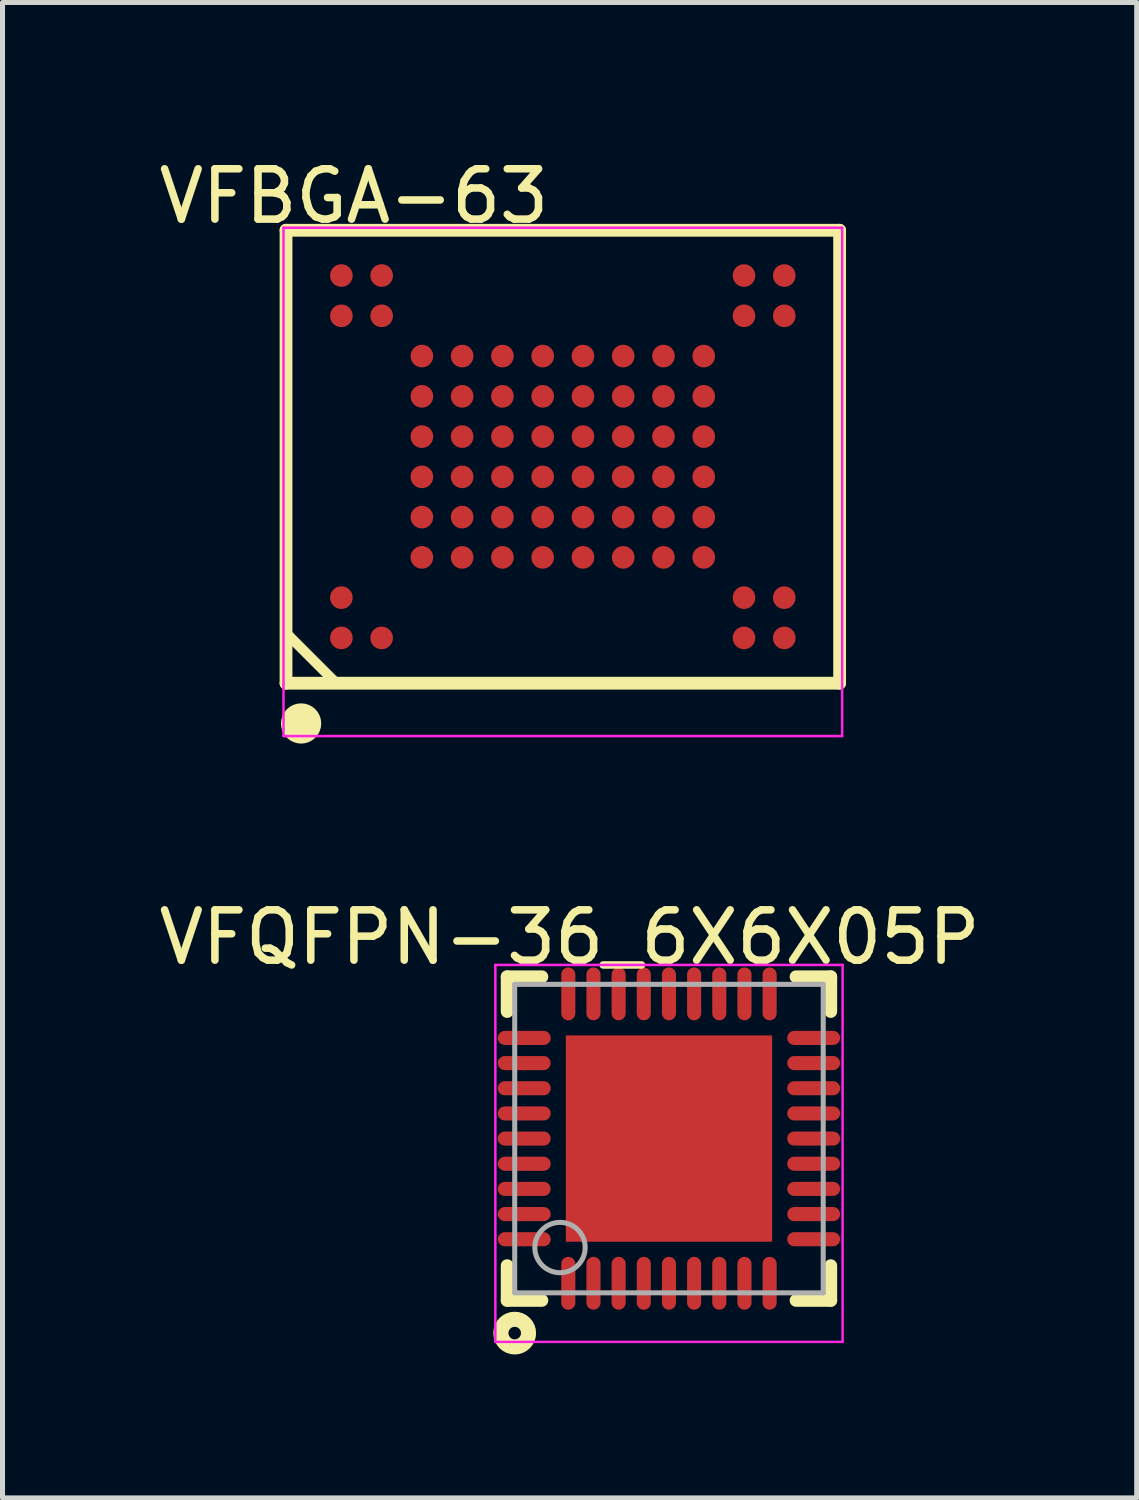
<source format=kicad_pcb>
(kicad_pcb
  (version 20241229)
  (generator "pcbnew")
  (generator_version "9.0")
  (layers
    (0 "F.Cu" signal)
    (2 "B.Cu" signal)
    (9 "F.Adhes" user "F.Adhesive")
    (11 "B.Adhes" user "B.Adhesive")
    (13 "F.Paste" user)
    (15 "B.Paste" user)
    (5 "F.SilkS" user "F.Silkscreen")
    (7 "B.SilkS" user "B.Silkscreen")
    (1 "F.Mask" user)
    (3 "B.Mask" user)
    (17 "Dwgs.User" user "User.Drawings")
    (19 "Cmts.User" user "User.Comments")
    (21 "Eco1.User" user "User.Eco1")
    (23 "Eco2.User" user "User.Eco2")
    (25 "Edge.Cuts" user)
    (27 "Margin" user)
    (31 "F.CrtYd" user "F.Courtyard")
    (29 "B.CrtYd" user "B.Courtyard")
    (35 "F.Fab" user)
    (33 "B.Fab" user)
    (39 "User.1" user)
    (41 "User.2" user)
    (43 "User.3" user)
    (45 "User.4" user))
  (footprint "VFQFPN-36_6X6X05P"
    (layer "F.Cu")
    (at 10.242 19.573)
    (property "Reference" "VFQFPN-36_6X6X05P" (at -1.974 -4 0) (layer "F.SilkS") (effects (font (size 1 1) (thickness 0.15))))
    (attr through_hole)
    (fp_line (start -3.215 -3.215) (end -2.525 -3.215) (stroke (width 0.254) (type solid)) (layer "F.SilkS"))
    (fp_line (start -3.215 -2.525) (end -3.215 -3.215) (stroke (width 0.254) (type solid)) (layer "F.SilkS"))
    (fp_line (start -3.215 3.215) (end -3.215 2.525) (stroke (width 0.254) (type solid)) (layer "F.SilkS"))
    (fp_line (start -3.215 3.215) (end -2.525 3.215) (stroke (width 0.254) (type solid)) (layer "F.SilkS"))
    (fp_line (start 2.525 -3.215) (end 3.215 -3.215) (stroke (width 0.254) (type solid)) (layer "F.SilkS"))
    (fp_line (start 2.525 3.215) (end 3.215 3.215) (stroke (width 0.254) (type solid)) (layer "F.SilkS"))
    (fp_line (start 3.215 -2.525) (end 3.215 -3.215) (stroke (width 0.254) (type solid)) (layer "F.SilkS"))
    (fp_line (start 3.215 3.215) (end 3.215 2.525) (stroke (width 0.254) (type solid)) (layer "F.SilkS"))
    (fp_circle (center -3.065 3.865) (end -2.94 3.865) (stroke (width 0.3) (type solid)) (fill no) (layer "F.SilkS"))
    (fp_line (start -3.45 -3.45) (end 3.45 -3.45) (stroke (width 0.05) (type solid)) (layer "F.CrtYd"))
    (fp_line (start -3.45 4.04) (end -3.45 -3.45) (stroke (width 0.05) (type solid)) (layer "F.CrtYd"))
    (fp_line (start 3.45 -3.45) (end 3.45 4.04) (stroke (width 0.05) (type solid)) (layer "F.CrtYd"))
    (fp_line (start 3.45 4.04) (end -3.45 4.04) (stroke (width 0.05) (type solid)) (layer "F.CrtYd"))
    (fp_line (start -3.065 -3.065) (end 3.065 -3.065) (stroke (width 0.1) (type solid)) (layer "F.Fab"))
    (fp_line (start -3.065 3.065) (end -3.065 -3.065) (stroke (width 0.1) (type solid)) (layer "F.Fab"))
    (fp_line (start -3.065 3.065) (end 3.065 3.065) (stroke (width 0.1) (type solid)) (layer "F.Fab"))
    (fp_line (start 3.065 3.065) (end 3.065 -3.065) (stroke (width 0.1) (type solid)) (layer "F.Fab"))
    (fp_circle (center -2.165 2.165) (end -1.665 2.165) (stroke (width 0.1) (type solid)) (fill no) (layer "F.Fab"))
    (pad "0" smd rect (at 0 0 90) (size 4.1 4.1) (layers "F.Cu" "F.Mask" "F.Paste"))
    (pad "1" smd oval (at -2 2.875 180) (size 0.28 1.05) (layers "F.Cu" "F.Mask" "F.Paste"))
    (pad "2" smd oval (at -1.5 2.875 180) (size 0.28 1.05) (layers "F.Cu" "F.Mask" "F.Paste"))
    (pad "3" smd oval (at -1 2.875 180) (size 0.28 1.05) (layers "F.Cu" "F.Mask" "F.Paste"))
    (pad "4" smd oval (at -0.5 2.875 180) (size 0.28 1.05) (layers "F.Cu" "F.Mask" "F.Paste"))
    (pad "5" smd oval (at 0 2.875 180) (size 0.28 1.05) (layers "F.Cu" "F.Mask" "F.Paste"))
    (pad "6" smd oval (at 0.5 2.875 180) (size 0.28 1.05) (layers "F.Cu" "F.Mask" "F.Paste"))
    (pad "7" smd oval (at 1 2.875 180) (size 0.28 1.05) (layers "F.Cu" "F.Mask" "F.Paste"))
    (pad "8" smd oval (at 1.5 2.875 180) (size 0.28 1.05) (layers "F.Cu" "F.Mask" "F.Paste"))
    (pad "9" smd oval (at 2 2.875 180) (size 0.28 1.05) (layers "F.Cu" "F.Mask" "F.Paste"))
    (pad "10" smd oval (at 2.875 2 90) (size 0.28 1.05) (layers "F.Cu" "F.Mask" "F.Paste"))
    (pad "11" smd oval (at 2.875 1.5 90) (size 0.28 1.05) (layers "F.Cu" "F.Mask" "F.Paste"))
    (pad "12" smd oval (at 2.875 1 90) (size 0.28 1.05) (layers "F.Cu" "F.Mask" "F.Paste"))
    (pad "13" smd oval (at 2.875 0.5 90) (size 0.28 1.05) (layers "F.Cu" "F.Mask" "F.Paste"))
    (pad "14" smd oval (at 2.875 0 90) (size 0.28 1.05) (layers "F.Cu" "F.Mask" "F.Paste"))
    (pad "15" smd oval (at 2.875 -0.5 90) (size 0.28 1.05) (layers "F.Cu" "F.Mask" "F.Paste"))
    (pad "16" smd oval (at 2.875 -1 90) (size 0.28 1.05) (layers "F.Cu" "F.Mask" "F.Paste"))
    (pad "17" smd oval (at 2.875 -1.5 90) (size 0.28 1.05) (layers "F.Cu" "F.Mask" "F.Paste"))
    (pad "18" smd oval (at 2.875 -2 90) (size 0.28 1.05) (layers "F.Cu" "F.Mask" "F.Paste"))
    (pad "19" smd oval (at 2 -2.875 180) (size 0.28 1.05) (layers "F.Cu" "F.Mask" "F.Paste"))
    (pad "20" smd oval (at 1.5 -2.875 180) (size 0.28 1.05) (layers "F.Cu" "F.Mask" "F.Paste"))
    (pad "21" smd oval (at 1 -2.875 180) (size 0.28 1.05) (layers "F.Cu" "F.Mask" "F.Paste"))
    (pad "22" smd oval (at 0.5 -2.875 180) (size 0.28 1.05) (layers "F.Cu" "F.Mask" "F.Paste"))
    (pad "23" smd oval (at 0 -2.875 180) (size 0.28 1.05) (layers "F.Cu" "F.Mask" "F.Paste"))
    (pad "24" smd oval (at -0.5 -2.875 180) (size 0.28 1.05) (layers "F.Cu" "F.Mask" "F.Paste"))
    (pad "25" smd oval (at -1 -2.875 180) (size 0.28 1.05) (layers "F.Cu" "F.Mask" "F.Paste"))
    (pad "26" smd oval (at -1.5 -2.875 180) (size 0.28 1.05) (layers "F.Cu" "F.Mask" "F.Paste"))
    (pad "27" smd oval (at -2 -2.875 180) (size 0.28 1.05) (layers "F.Cu" "F.Mask" "F.Paste"))
    (pad "28" smd oval (at -2.875 -2 90) (size 0.28 1.05) (layers "F.Cu" "F.Mask" "F.Paste"))
    (pad "29" smd oval (at -2.875 -1.5 90) (size 0.28 1.05) (layers "F.Cu" "F.Mask" "F.Paste"))
    (pad "30" smd oval (at -2.875 -1 90) (size 0.28 1.05) (layers "F.Cu" "F.Mask" "F.Paste"))
    (pad "31" smd oval (at -2.875 -0.5 90) (size 0.28 1.05) (layers "F.Cu" "F.Mask" "F.Paste"))
    (pad "32" smd oval (at -2.875 0 90) (size 0.28 1.05) (layers "F.Cu" "F.Mask" "F.Paste"))
    (pad "33" smd oval (at -2.875 0.5 90) (size 0.28 1.05) (layers "F.Cu" "F.Mask" "F.Paste"))
    (pad "34" smd oval (at -2.875 1 90) (size 0.28 1.05) (layers "F.Cu" "F.Mask" "F.Paste"))
    (pad "35" smd oval (at -2.875 1.5 90) (size 0.28 1.05) (layers "F.Cu" "F.Mask" "F.Paste"))
    (pad "36" smd oval (at -2.875 2 90) (size 0.28 1.05) (layers "F.Cu" "F.Mask" "F.Paste")))
  (footprint "VFBGA-63"
    (layer "F.Cu")
    (at 8.133 6.025)
    (property "Reference" "VFBGA-63" (at -4.151 -5.176 0) (layer "F.SilkS") (effects (font (size 1 1) (thickness 0.15))))
    (attr through_hole)
    (fp_line (start -5.5 -4.5) (end 5.5 -4.5) (stroke (width 0.254) (type solid)) (layer "F.SilkS"))
    (fp_line (start -5.5 3.5) (end -4.5 4.5) (stroke (width 0.2) (type solid)) (layer "F.SilkS"))
    (fp_line (start -5.5 4.5) (end -5.5 -4.5) (stroke (width 0.254) (type solid)) (layer "F.SilkS"))
    (fp_line (start -5.5 4.5) (end 5.5 4.5) (stroke (width 0.254) (type solid)) (layer "F.SilkS"))
    (fp_line (start 5.5 4.5) (end 5.5 -4.5) (stroke (width 0.254) (type solid)) (layer "F.SilkS"))
    (fp_circle (center -5.2 5.3) (end -5 5.3) (stroke (width 0.4) (type solid)) (fill no) (layer "F.SilkS"))
    (fp_line (start -5.55 -4.55) (end 5.55 -4.55) (stroke (width 0.05) (type solid)) (layer "F.CrtYd"))
    (fp_line (start -5.55 5.55) (end -5.55 -4.55) (stroke (width 0.05) (type solid)) (layer "F.CrtYd"))
    (fp_line (start 5.55 -4.55) (end 5.55 5.55) (stroke (width 0.05) (type solid)) (layer "F.CrtYd"))
    (fp_line (start 5.55 5.55) (end -5.55 5.55) (stroke (width 0.05) (type solid)) (layer "F.CrtYd"))
    (pad "A1" smd oval (at -4.4 3.6 90) (size 0.45 0.45) (layers "F.Cu" "F.Mask" "F.Paste"))
    (pad "A2" smd oval (at -4.4 2.8 90) (size 0.45 0.45) (layers "F.Cu" "F.Mask" "F.Paste"))
    (pad "A9" smd oval (at -4.4 -2.8 90) (size 0.45 0.45) (layers "F.Cu" "F.Mask" "F.Paste"))
    (pad "A10" smd oval (at -4.4 -3.6 90) (size 0.45 0.45) (layers "F.Cu" "F.Mask" "F.Paste"))
    (pad "B1" smd oval (at -3.6 3.6 90) (size 0.45 0.45) (layers "F.Cu" "F.Mask" "F.Paste"))
    (pad "B9" smd oval (at -3.6 -2.8 90) (size 0.45 0.45) (layers "F.Cu" "F.Mask" "F.Paste"))
    (pad "B10" smd oval (at -3.6 -3.6 90) (size 0.45 0.45) (layers "F.Cu" "F.Mask" "F.Paste"))
    (pad "C3" smd oval (at -2.8 2 90) (size 0.45 0.45) (layers "F.Cu" "F.Mask" "F.Paste"))
    (pad "C4" smd oval (at -2.8 1.2 90) (size 0.45 0.45) (layers "F.Cu" "F.Mask" "F.Paste"))
    (pad "C5" smd oval (at -2.8 0.4 90) (size 0.45 0.45) (layers "F.Cu" "F.Mask" "F.Paste"))
    (pad "C6" smd oval (at -2.8 -0.4 90) (size 0.45 0.45) (layers "F.Cu" "F.Mask" "F.Paste"))
    (pad "C7" smd oval (at -2.8 -1.2 90) (size 0.45 0.45) (layers "F.Cu" "F.Mask" "F.Paste"))
    (pad "C8" smd oval (at -2.8 -2 90) (size 0.45 0.45) (layers "F.Cu" "F.Mask" "F.Paste"))
    (pad "D3" smd oval (at -2 2 90) (size 0.45 0.45) (layers "F.Cu" "F.Mask" "F.Paste"))
    (pad "D4" smd oval (at -2 1.2 90) (size 0.45 0.45) (layers "F.Cu" "F.Mask" "F.Paste"))
    (pad "D5" smd oval (at -2 0.4 90) (size 0.45 0.45) (layers "F.Cu" "F.Mask" "F.Paste"))
    (pad "D6" smd oval (at -2 -0.4 90) (size 0.45 0.45) (layers "F.Cu" "F.Mask" "F.Paste"))
    (pad "D7" smd oval (at -2 -1.2 90) (size 0.45 0.45) (layers "F.Cu" "F.Mask" "F.Paste"))
    (pad "D8" smd oval (at -2 -2 90) (size 0.45 0.45) (layers "F.Cu" "F.Mask" "F.Paste"))
    (pad "E3" smd oval (at -1.2 2 90) (size 0.45 0.45) (layers "F.Cu" "F.Mask" "F.Paste"))
    (pad "E4" smd oval (at -1.2 1.2 90) (size 0.45 0.45) (layers "F.Cu" "F.Mask" "F.Paste"))
    (pad "E5" smd oval (at -1.2 0.4 90) (size 0.45 0.45) (layers "F.Cu" "F.Mask" "F.Paste"))
    (pad "E6" smd oval (at -1.2 -0.4 90) (size 0.45 0.45) (layers "F.Cu" "F.Mask" "F.Paste"))
    (pad "E7" smd oval (at -1.2 -1.2 90) (size 0.45 0.45) (layers "F.Cu" "F.Mask" "F.Paste"))
    (pad "E8" smd oval (at -1.2 -2 90) (size 0.45 0.45) (layers "F.Cu" "F.Mask" "F.Paste"))
    (pad "F3" smd oval (at -0.4 2 90) (size 0.45 0.45) (layers "F.Cu" "F.Mask" "F.Paste"))
    (pad "F4" smd oval (at -0.4 1.2 90) (size 0.45 0.45) (layers "F.Cu" "F.Mask" "F.Paste"))
    (pad "F5" smd oval (at -0.4 0.4 90) (size 0.45 0.45) (layers "F.Cu" "F.Mask" "F.Paste"))
    (pad "F6" smd oval (at -0.4 -0.4 90) (size 0.45 0.45) (layers "F.Cu" "F.Mask" "F.Paste"))
    (pad "F7" smd oval (at -0.4 -1.2 90) (size 0.45 0.45) (layers "F.Cu" "F.Mask" "F.Paste"))
    (pad "F8" smd oval (at -0.4 -2 90) (size 0.45 0.45) (layers "F.Cu" "F.Mask" "F.Paste"))
    (pad "G3" smd oval (at 0.4 2 90) (size 0.45 0.45) (layers "F.Cu" "F.Mask" "F.Paste"))
    (pad "G4" smd oval (at 0.4 1.2 90) (size 0.45 0.45) (layers "F.Cu" "F.Mask" "F.Paste"))
    (pad "G5" smd oval (at 0.4 0.4 90) (size 0.45 0.45) (layers "F.Cu" "F.Mask" "F.Paste"))
    (pad "G6" smd oval (at 0.4 -0.4 90) (size 0.45 0.45) (layers "F.Cu" "F.Mask" "F.Paste"))
    (pad "G7" smd oval (at 0.4 -1.2 90) (size 0.45 0.45) (layers "F.Cu" "F.Mask" "F.Paste"))
    (pad "G8" smd oval (at 0.4 -2 90) (size 0.45 0.45) (layers "F.Cu" "F.Mask" "F.Paste"))
    (pad "H3" smd oval (at 1.2 2 90) (size 0.45 0.45) (layers "F.Cu" "F.Mask" "F.Paste"))
    (pad "H4" smd oval (at 1.2 1.2 90) (size 0.45 0.45) (layers "F.Cu" "F.Mask" "F.Paste"))
    (pad "H5" smd oval (at 1.2 0.4 90) (size 0.45 0.45) (layers "F.Cu" "F.Mask" "F.Paste"))
    (pad "H6" smd oval (at 1.2 -0.4 90) (size 0.45 0.45) (layers "F.Cu" "F.Mask" "F.Paste"))
    (pad "H7" smd oval (at 1.2 -1.2 90) (size 0.45 0.45) (layers "F.Cu" "F.Mask" "F.Paste"))
    (pad "H8" smd oval (at 1.2 -2 90) (size 0.45 0.45) (layers "F.Cu" "F.Mask" "F.Paste"))
    (pad "J3" smd oval (at 2 2 90) (size 0.45 0.45) (layers "F.Cu" "F.Mask" "F.Paste"))
    (pad "J4" smd oval (at 2 1.2 90) (size 0.45 0.45) (layers "F.Cu" "F.Mask" "F.Paste"))
    (pad "J5" smd oval (at 2 0.4 90) (size 0.45 0.45) (layers "F.Cu" "F.Mask" "F.Paste"))
    (pad "J6" smd oval (at 2 -0.4 90) (size 0.45 0.45) (layers "F.Cu" "F.Mask" "F.Paste"))
    (pad "J7" smd oval (at 2 -1.2 90) (size 0.45 0.45) (layers "F.Cu" "F.Mask" "F.Paste"))
    (pad "J8" smd oval (at 2 -2 90) (size 0.45 0.45) (layers "F.Cu" "F.Mask" "F.Paste"))
    (pad "K3" smd oval (at 2.8 2 90) (size 0.45 0.45) (layers "F.Cu" "F.Mask" "F.Paste"))
    (pad "K4" smd oval (at 2.8 1.2 90) (size 0.45 0.45) (layers "F.Cu" "F.Mask" "F.Paste"))
    (pad "K5" smd oval (at 2.8 0.4 90) (size 0.45 0.45) (layers "F.Cu" "F.Mask" "F.Paste"))
    (pad "K6" smd oval (at 2.8 -0.4 90) (size 0.45 0.45) (layers "F.Cu" "F.Mask" "F.Paste"))
    (pad "K7" smd oval (at 2.8 -1.2 90) (size 0.45 0.45) (layers "F.Cu" "F.Mask" "F.Paste"))
    (pad "K8" smd oval (at 2.8 -2 90) (size 0.45 0.45) (layers "F.Cu" "F.Mask" "F.Paste"))
    (pad "L1" smd oval (at 3.6 3.6 90) (size 0.45 0.45) (layers "F.Cu" "F.Mask" "F.Paste"))
    (pad "L2" smd oval (at 3.6 2.8 90) (size 0.45 0.45) (layers "F.Cu" "F.Mask" "F.Paste"))
    (pad "L9" smd oval (at 3.6 -2.8 90) (size 0.45 0.45) (layers "F.Cu" "F.Mask" "F.Paste"))
    (pad "L10" smd oval (at 3.6 -3.6 90) (size 0.45 0.45) (layers "F.Cu" "F.Mask" "F.Paste"))
    (pad "M1" smd oval (at 4.4 3.6 90) (size 0.45 0.45) (layers "F.Cu" "F.Mask" "F.Paste"))
    (pad "M2" smd oval (at 4.4 2.8 90) (size 0.45 0.45) (layers "F.Cu" "F.Mask" "F.Paste"))
    (pad "M9" smd oval (at 4.4 -2.8 90) (size 0.45 0.45) (layers "F.Cu" "F.Mask" "F.Paste"))
    (pad "M10" smd oval (at 4.4 -3.6 90) (size 0.45 0.45) (layers "F.Cu" "F.Mask" "F.Paste")))
  (gr_rect
    (start -3 -3)
    (end 19.536 26.713)
    (stroke (width 0.1) (type default))
    (fill no)
    (layer "Edge.Cuts")))
</source>
